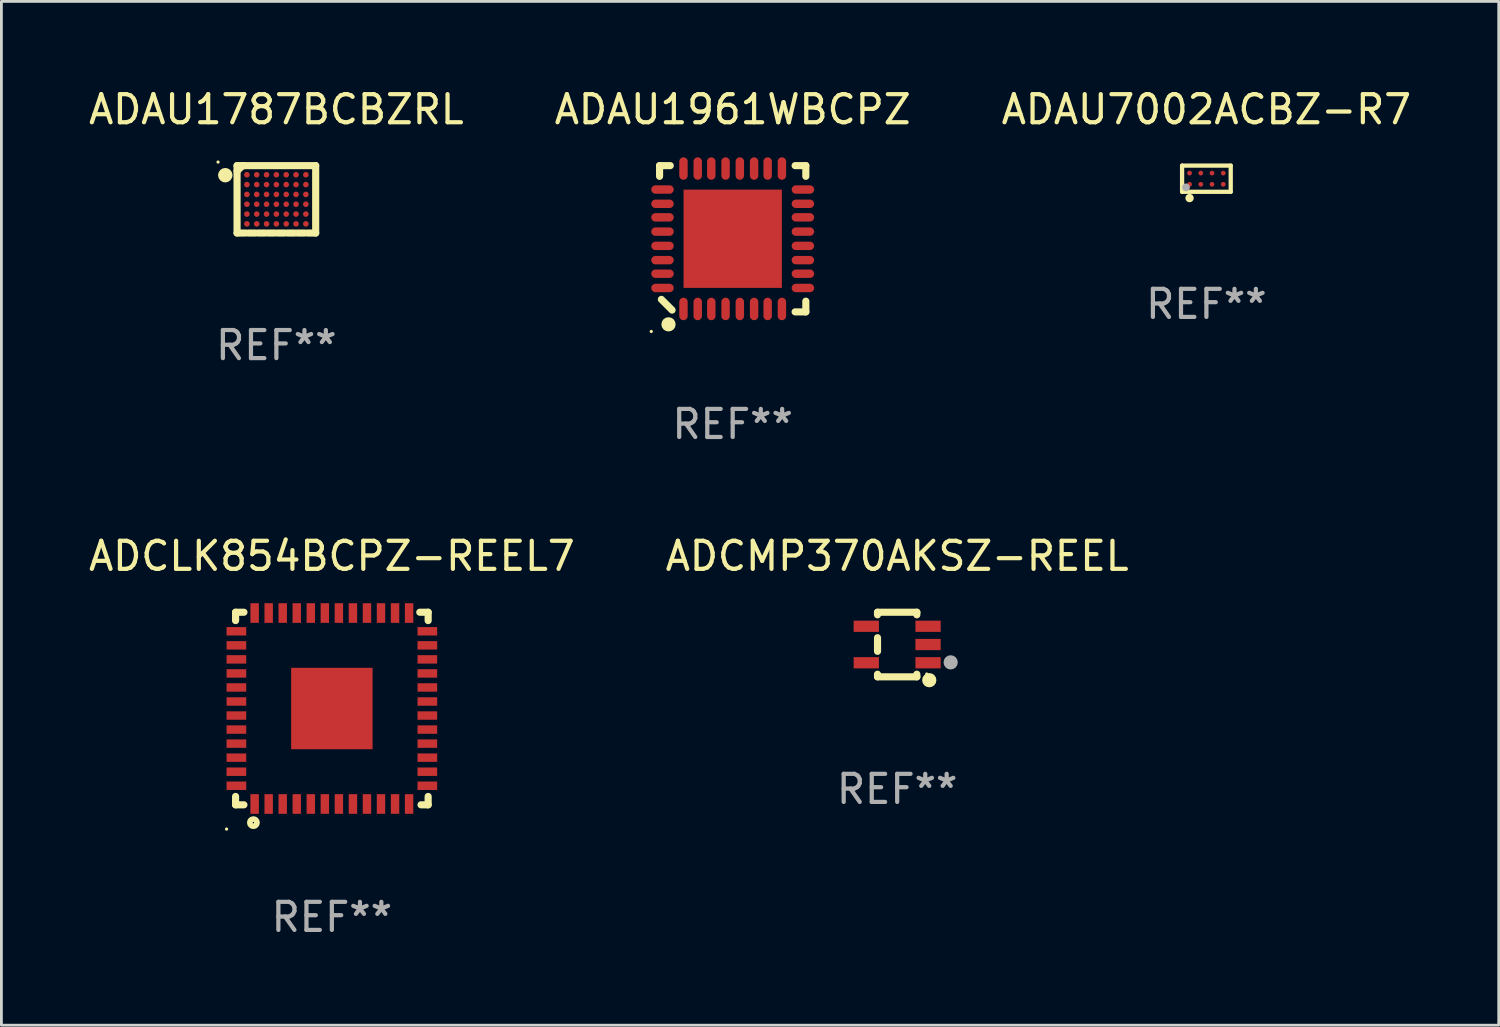
<source format=kicad_pcb>
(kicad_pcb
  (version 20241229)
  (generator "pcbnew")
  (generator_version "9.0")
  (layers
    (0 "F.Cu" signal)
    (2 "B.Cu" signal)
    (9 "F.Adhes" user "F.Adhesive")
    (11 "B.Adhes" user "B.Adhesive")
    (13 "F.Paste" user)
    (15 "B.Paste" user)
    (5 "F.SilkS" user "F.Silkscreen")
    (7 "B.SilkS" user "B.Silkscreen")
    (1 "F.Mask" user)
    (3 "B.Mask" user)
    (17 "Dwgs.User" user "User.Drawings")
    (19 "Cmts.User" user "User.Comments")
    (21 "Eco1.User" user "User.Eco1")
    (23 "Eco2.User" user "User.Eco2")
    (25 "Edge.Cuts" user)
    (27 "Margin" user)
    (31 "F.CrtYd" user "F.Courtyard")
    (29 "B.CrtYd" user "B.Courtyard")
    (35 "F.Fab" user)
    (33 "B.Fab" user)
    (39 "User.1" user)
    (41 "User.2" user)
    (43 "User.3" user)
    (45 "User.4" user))
  (footprint "ADCMP370AKSZ-REEL"
    (layer "F.Cu")
    (at 28.899 19.902)
    (property "Reference" "ADCMP370AKSZ-REEL" (at 0 -3.15 0) (layer "F.SilkS") (effects (font (size 1 1) (thickness 0.15))))
    (attr through_hole)
    (fp_line (start -0.7 -1.15) (end 0.7 -1.15) (stroke (width 0.254) (type solid)) (layer "F.SilkS"))
    (fp_line (start -0.7 -1.058) (end -0.7 -1.15) (stroke (width 0.254) (type solid)) (layer "F.SilkS"))
    (fp_line (start -0.7 0.242) (end -0.7 -0.242) (stroke (width 0.254) (type solid)) (layer "F.SilkS"))
    (fp_line (start -0.7 1.15) (end -0.7 1.058) (stroke (width 0.254) (type solid)) (layer "F.SilkS"))
    (fp_line (start -0.7 1.15) (end 0.7 1.15) (stroke (width 0.254) (type solid)) (layer "F.SilkS"))
    (fp_line (start 0.7 -1.058) (end 0.7 -1.15) (stroke (width 0.254) (type solid)) (layer "F.SilkS"))
    (fp_line (start 0.7 1.15) (end 0.7 1.058) (stroke (width 0.254) (type solid)) (layer "F.SilkS"))
    (fp_circle (center 1.053 1.052) (end 1.083 1.052) (stroke (width 0.06) (type solid)) (fill no) (layer "F.SilkS"))
    (fp_circle (center 1.143 1.27) (end 1.27 1.27) (stroke (width 0.254) (type solid)) (fill no) (layer "F.SilkS"))
    (fp_circle (center 1.905 0.635) (end 2.032 0.635) (stroke (width 0.254) (type solid)) (fill no) (layer "F.Fab"))
    (fp_text user "REF**" (at 0 5.15 0) (layer "F.Fab") (effects (font (size 1 1) (thickness 0.15))))
    (pad "1" smd rect (at 1.1 0.65 90) (size 0.4 0.9) (layers "F.Cu" "F.Mask" "F.Paste"))
    (pad "2" smd rect (at 1.1 0.000076 90) (size 0.4 0.9) (layers "F.Cu" "F.Mask" "F.Paste"))
    (pad "3" smd rect (at 1.1 -0.65 90) (size 0.4 0.9) (layers "F.Cu" "F.Mask" "F.Paste"))
    (pad "4" smd rect (at -1.1 -0.65 90) (size 0.4 0.9) (layers "F.Cu" "F.Mask" "F.Paste"))
    (pad "5" smd rect (at -1.1 0.65 90) (size 0.4 0.9) (layers "F.Cu" "F.Mask" "F.Paste")))
  (footprint "ADAU7002ACBZ-R7"
    (layer "F.Cu")
    (at 39.911 3.314)
    (property "Reference" "ADAU7002ACBZ-R7" (at 0 -2.466 0) (layer "F.SilkS") (effects (font (size 1 1) (thickness 0.15))))
    (attr through_hole)
    (fp_line (start -0.866 -0.466) (end 0.866 -0.466) (stroke (width 0.152) (type solid)) (layer "F.SilkS"))
    (fp_line (start -0.866 0.466) (end -0.866 -0.466) (stroke (width 0.152) (type solid)) (layer "F.SilkS"))
    (fp_line (start 0.866 -0.466) (end 0.866 0.466) (stroke (width 0.152) (type solid)) (layer "F.SilkS"))
    (fp_line (start 0.866 0.466) (end -0.866 0.466) (stroke (width 0.152) (type solid)) (layer "F.SilkS"))
    (fp_circle (center -0.79 0.39) (end -0.76 0.39) (stroke (width 0.06) (type solid)) (fill no) (layer "F.SilkS"))
    (fp_circle (center -0.6 0.689) (end -0.525 0.689) (stroke (width 0.15) (type solid)) (fill no) (layer "F.SilkS"))
    (fp_circle (center -0.727 0.308) (end -0.657 0.308) (stroke (width 0.14) (type solid)) (fill no) (layer "F.Fab"))
    (fp_text user "REF**" (at 0 4.466 0) (layer "F.Fab") (effects (font (size 1 1) (thickness 0.15))))
    (pad "A1" smd circle (at -0.6 0.2) (size 0.17 0.17) (layers "F.Cu" "F.Mask" "F.Paste"))
    (pad "A2" smd circle (at -0.6 -0.2) (size 0.17 0.17) (layers "F.Cu" "F.Mask" "F.Paste"))
    (pad "B1" smd circle (at -0.2 0.2) (size 0.17 0.17) (layers "F.Cu" "F.Mask" "F.Paste"))
    (pad "B2" smd circle (at -0.2 -0.2) (size 0.17 0.17) (layers "F.Cu" "F.Mask" "F.Paste"))
    (pad "C1" smd circle (at 0.2 0.2) (size 0.17 0.17) (layers "F.Cu" "F.Mask" "F.Paste"))
    (pad "C2" smd circle (at 0.2 -0.2) (size 0.17 0.17) (layers "F.Cu" "F.Mask" "F.Paste"))
    (pad "D1" smd circle (at 0.6 0.2) (size 0.17 0.17) (layers "F.Cu" "F.Mask" "F.Paste"))
    (pad "D2" smd circle (at 0.6 -0.2) (size 0.17 0.17) (layers "F.Cu" "F.Mask" "F.Paste")))
  (footprint "ADAU1787BCBZRL"
    (layer "F.Cu")
    (at 6.792 4.048)
    (property "Reference" "ADAU1787BCBZRL" (at 0 -3.2 0) (layer "F.SilkS") (effects (font (size 1 1) (thickness 0.15))))
    (attr through_hole)
    (fp_line (start -1.4 -1.2) (end -1.4 1.2) (stroke (width 0.254) (type solid)) (layer "F.SilkS"))
    (fp_line (start -1.4 -1.2) (end 1.4 -1.2) (stroke (width 0.254) (type solid)) (layer "F.SilkS"))
    (fp_line (start -1.4 1.2) (end -1.101 1.2) (stroke (width 0.254) (type solid)) (layer "F.SilkS"))
    (fp_line (start -1.208 -1.2) (end -1.4 -1.008) (stroke (width 0.254) (type solid)) (layer "F.SilkS"))
    (fp_line (start -1.15 -1.2) (end -1.208 -1.2) (stroke (width 0.254) (type solid)) (layer "F.SilkS"))
    (fp_line (start -0.999 1.2) (end -0.751 1.2) (stroke (width 0.254) (type solid)) (layer "F.SilkS"))
    (fp_line (start -0.649 1.2) (end -0.401 1.2) (stroke (width 0.254) (type solid)) (layer "F.SilkS"))
    (fp_line (start -0.299 1.2) (end -0.051 1.2) (stroke (width 0.254) (type solid)) (layer "F.SilkS"))
    (fp_line (start 0.051 1.2) (end 0.299 1.2) (stroke (width 0.254) (type solid)) (layer "F.SilkS"))
    (fp_line (start 0.401 1.2) (end 0.649 1.2) (stroke (width 0.254) (type solid)) (layer "F.SilkS"))
    (fp_line (start 0.751 1.2) (end 0.999 1.2) (stroke (width 0.254) (type solid)) (layer "F.SilkS"))
    (fp_line (start 1.101 1.2) (end 1.4 1.2) (stroke (width 0.254) (type solid)) (layer "F.SilkS"))
    (fp_line (start 1.4 -1.2) (end 1.4 1.2) (stroke (width 0.254) (type solid)) (layer "F.SilkS"))
    (fp_circle (center -2.077 -1.327) (end -2.047 -1.327) (stroke (width 0.06) (type solid)) (fill no) (layer "F.SilkS"))
    (fp_circle (center -1.82 -0.86) (end -1.69 -0.86) (stroke (width 0.254) (type solid)) (fill no) (layer "F.SilkS"))
    (fp_text user "REF**" (at 0 5.2 0) (layer "F.Fab") (effects (font (size 1 1) (thickness 0.15))))
    (pad "A1" smd circle (at -1.05 -0.875) (size 0.2 0.2) (layers "F.Cu" "F.Mask" "F.Paste"))
    (pad "A2" smd circle (at -0.7 -0.875) (size 0.2 0.2) (layers "F.Cu" "F.Mask" "F.Paste"))
    (pad "A3" smd circle (at -0.35 -0.875) (size 0.2 0.2) (layers "F.Cu" "F.Mask" "F.Paste"))
    (pad "A4" smd circle (at 0 -0.875) (size 0.2 0.2) (layers "F.Cu" "F.Mask" "F.Paste"))
    (pad "A5" smd circle (at 0.35 -0.875) (size 0.2 0.2) (layers "F.Cu" "F.Mask" "F.Paste"))
    (pad "A6" smd circle (at 0.7 -0.875) (size 0.2 0.2) (layers "F.Cu" "F.Mask" "F.Paste"))
    (pad "A7" smd circle (at 1.05 -0.875) (size 0.2 0.2) (layers "F.Cu" "F.Mask" "F.Paste"))
    (pad "B1" smd circle (at -1.05 -0.525) (size 0.2 0.2) (layers "F.Cu" "F.Mask" "F.Paste"))
    (pad "B2" smd circle (at -0.7 -0.525) (size 0.2 0.2) (layers "F.Cu" "F.Mask" "F.Paste"))
    (pad "B3" smd circle (at -0.35 -0.525) (size 0.2 0.2) (layers "F.Cu" "F.Mask" "F.Paste"))
    (pad "B4" smd circle (at 0 -0.525) (size 0.2 0.2) (layers "F.Cu" "F.Mask" "F.Paste"))
    (pad "B5" smd circle (at 0.35 -0.525) (size 0.2 0.2) (layers "F.Cu" "F.Mask" "F.Paste"))
    (pad "B6" smd circle (at 0.7 -0.525) (size 0.2 0.2) (layers "F.Cu" "F.Mask" "F.Paste"))
    (pad "B7" smd circle (at 1.05 -0.525) (size 0.2 0.2) (layers "F.Cu" "F.Mask" "F.Paste"))
    (pad "C1" smd circle (at -1.05 -0.175) (size 0.2 0.2) (layers "F.Cu" "F.Mask" "F.Paste"))
    (pad "C2" smd circle (at -0.7 -0.175) (size 0.2 0.2) (layers "F.Cu" "F.Mask" "F.Paste"))
    (pad "C3" smd circle (at -0.35 -0.175) (size 0.2 0.2) (layers "F.Cu" "F.Mask" "F.Paste"))
    (pad "C4" smd circle (at 0 -0.175) (size 0.2 0.2) (layers "F.Cu" "F.Mask" "F.Paste"))
    (pad "C5" smd circle (at 0.35 -0.175) (size 0.2 0.2) (layers "F.Cu" "F.Mask" "F.Paste"))
    (pad "C6" smd circle (at 0.7 -0.175) (size 0.2 0.2) (layers "F.Cu" "F.Mask" "F.Paste"))
    (pad "C7" smd circle (at 1.05 -0.175) (size 0.2 0.2) (layers "F.Cu" "F.Mask" "F.Paste"))
    (pad "D1" smd circle (at -1.05 0.175) (size 0.2 0.2) (layers "F.Cu" "F.Mask" "F.Paste"))
    (pad "D2" smd circle (at -0.7 0.175) (size 0.2 0.2) (layers "F.Cu" "F.Mask" "F.Paste"))
    (pad "D3" smd circle (at -0.35 0.175) (size 0.2 0.2) (layers "F.Cu" "F.Mask" "F.Paste"))
    (pad "D4" smd circle (at 0 0.175) (size 0.2 0.2) (layers "F.Cu" "F.Mask" "F.Paste"))
    (pad "D5" smd circle (at 0.35 0.175) (size 0.2 0.2) (layers "F.Cu" "F.Mask" "F.Paste"))
    (pad "D6" smd circle (at 0.7 0.175) (size 0.2 0.2) (layers "F.Cu" "F.Mask" "F.Paste"))
    (pad "D7" smd circle (at 1.05 0.175) (size 0.2 0.2) (layers "F.Cu" "F.Mask" "F.Paste"))
    (pad "E1" smd circle (at -1.05 0.525) (size 0.2 0.2) (layers "F.Cu" "F.Mask" "F.Paste"))
    (pad "E2" smd circle (at -0.7 0.525) (size 0.2 0.2) (layers "F.Cu" "F.Mask" "F.Paste"))
    (pad "E3" smd circle (at -0.35 0.525) (size 0.2 0.2) (layers "F.Cu" "F.Mask" "F.Paste"))
    (pad "E4" smd circle (at 0 0.525) (size 0.2 0.2) (layers "F.Cu" "F.Mask" "F.Paste"))
    (pad "E5" smd circle (at 0.35 0.525) (size 0.2 0.2) (layers "F.Cu" "F.Mask" "F.Paste"))
    (pad "E6" smd circle (at 0.7 0.525) (size 0.2 0.2) (layers "F.Cu" "F.Mask" "F.Paste"))
    (pad "E7" smd circle (at 1.05 0.525) (size 0.2 0.2) (layers "F.Cu" "F.Mask" "F.Paste"))
    (pad "F1" smd circle (at -1.05 0.875) (size 0.2 0.2) (layers "F.Cu" "F.Mask" "F.Paste"))
    (pad "F2" smd circle (at -0.7 0.875) (size 0.2 0.2) (layers "F.Cu" "F.Mask" "F.Paste"))
    (pad "F3" smd circle (at -0.35 0.875) (size 0.2 0.2) (layers "F.Cu" "F.Mask" "F.Paste"))
    (pad "F4" smd circle (at 0 0.875) (size 0.2 0.2) (layers "F.Cu" "F.Mask" "F.Paste"))
    (pad "F5" smd circle (at 0.35 0.875) (size 0.2 0.2) (layers "F.Cu" "F.Mask" "F.Paste"))
    (pad "F6" smd circle (at 0.7 0.875) (size 0.2 0.2) (layers "F.Cu" "F.Mask" "F.Paste"))
    (pad "F7" smd circle (at 1.05 0.875) (size 0.2 0.2) (layers "F.Cu" "F.Mask" "F.Paste")))
  (footprint "ADCLK854BCPZ-REEL7"
    (layer "F.Cu")
    (at 8.768 22.181)
    (property "Reference" "ADCLK854BCPZ-REEL7" (at 0 -5.429 0) (layer "F.SilkS") (effects (font (size 1 1) (thickness 0.15))))
    (attr through_hole)
    (fp_line (start -3.429 -3.429) (end -3.429 -3.175) (stroke (width 0.254) (type solid)) (layer "F.SilkS"))
    (fp_line (start -3.429 -3.175) (end -3.429 -3.131) (stroke (width 0.254) (type solid)) (layer "F.SilkS"))
    (fp_line (start -3.429 3.131) (end -3.429 3.429) (stroke (width 0.254) (type solid)) (layer "F.SilkS"))
    (fp_line (start -3.429 3.429) (end -3.131 3.429) (stroke (width 0.254) (type solid)) (layer "F.SilkS"))
    (fp_line (start -3.131 -3.429) (end -3.429 -3.429) (stroke (width 0.254) (type solid)) (layer "F.SilkS"))
    (fp_line (start 3.131 -3.429) (end 3.429 -3.429) (stroke (width 0.254) (type solid)) (layer "F.SilkS"))
    (fp_line (start 3.429 -3.429) (end 3.429 -3.131) (stroke (width 0.254) (type solid)) (layer "F.SilkS"))
    (fp_line (start 3.429 3.131) (end 3.429 3.429) (stroke (width 0.254) (type solid)) (layer "F.SilkS"))
    (fp_line (start 3.429 3.429) (end 3.175 3.429) (stroke (width 0.254) (type solid)) (layer "F.SilkS"))
    (fp_circle (center -3.75 4.293) (end -3.72 4.293) (stroke (width 0.06) (type solid)) (fill no) (layer "F.SilkS"))
    (fp_circle (center -2.794 4.064) (end -2.667 4.064) (stroke (width 0.204) (type solid)) (fill no) (layer "F.SilkS"))
    (fp_text user "REF**" (at 0 7.429 0) (layer "F.Fab") (effects (font (size 1 1) (thickness 0.15))))
    (pad "1" smd rect (at -2.75 3.4) (size 0.3 0.7) (layers "F.Cu" "F.Mask" "F.Paste"))
    (pad "2" smd rect (at -2.25 3.4) (size 0.3 0.7) (layers "F.Cu" "F.Mask" "F.Paste"))
    (pad "3" smd rect (at -1.75 3.4) (size 0.3 0.7) (layers "F.Cu" "F.Mask" "F.Paste"))
    (pad "4" smd rect (at -1.25 3.4) (size 0.3 0.7) (layers "F.Cu" "F.Mask" "F.Paste"))
    (pad "5" smd rect (at -0.75 3.4) (size 0.3 0.7) (layers "F.Cu" "F.Mask" "F.Paste"))
    (pad "6" smd rect (at -0.25 3.4) (size 0.3 0.7) (layers "F.Cu" "F.Mask" "F.Paste"))
    (pad "7" smd rect (at 0.25 3.4) (size 0.3 0.7) (layers "F.Cu" "F.Mask" "F.Paste"))
    (pad "8" smd rect (at 0.75 3.4) (size 0.3 0.7) (layers "F.Cu" "F.Mask" "F.Paste"))
    (pad "9" smd rect (at 1.25 3.4) (size 0.3 0.7) (layers "F.Cu" "F.Mask" "F.Paste"))
    (pad "10" smd rect (at 1.75 3.4) (size 0.3 0.7) (layers "F.Cu" "F.Mask" "F.Paste"))
    (pad "11" smd rect (at 2.25 3.4) (size 0.3 0.7) (layers "F.Cu" "F.Mask" "F.Paste"))
    (pad "12" smd rect (at 2.75 3.4) (size 0.3 0.7) (layers "F.Cu" "F.Mask" "F.Paste"))
    (pad "13" smd rect (at 3.4 2.75) (size 0.7 0.3) (layers "F.Cu" "F.Mask" "F.Paste"))
    (pad "14" smd rect (at 3.4 2.25) (size 0.7 0.3) (layers "F.Cu" "F.Mask" "F.Paste"))
    (pad "15" smd rect (at 3.4 1.75) (size 0.7 0.3) (layers "F.Cu" "F.Mask" "F.Paste"))
    (pad "16" smd rect (at 3.4 1.25) (size 0.7 0.3) (layers "F.Cu" "F.Mask" "F.Paste"))
    (pad "17" smd rect (at 3.4 0.75) (size 0.7 0.3) (layers "F.Cu" "F.Mask" "F.Paste"))
    (pad "18" smd rect (at 3.4 0.25) (size 0.7 0.3) (layers "F.Cu" "F.Mask" "F.Paste"))
    (pad "19" smd rect (at 3.4 -0.25) (size 0.7 0.3) (layers "F.Cu" "F.Mask" "F.Paste"))
    (pad "20" smd rect (at 3.4 -0.75) (size 0.7 0.3) (layers "F.Cu" "F.Mask" "F.Paste"))
    (pad "21" smd rect (at 3.4 -1.25) (size 0.7 0.3) (layers "F.Cu" "F.Mask" "F.Paste"))
    (pad "22" smd rect (at 3.4 -1.75) (size 0.7 0.3) (layers "F.Cu" "F.Mask" "F.Paste"))
    (pad "23" smd rect (at 3.4 -2.25) (size 0.7 0.3) (layers "F.Cu" "F.Mask" "F.Paste"))
    (pad "24" smd rect (at 3.4 -2.75) (size 0.7 0.3) (layers "F.Cu" "F.Mask" "F.Paste"))
    (pad "25" smd rect (at 2.75 -3.4) (size 0.3 0.7) (layers "F.Cu" "F.Mask" "F.Paste"))
    (pad "26" smd rect (at 2.25 -3.4) (size 0.3 0.7) (layers "F.Cu" "F.Mask" "F.Paste"))
    (pad "27" smd rect (at 1.75 -3.4) (size 0.3 0.7) (layers "F.Cu" "F.Mask" "F.Paste"))
    (pad "28" smd rect (at 1.25 -3.4) (size 0.3 0.7) (layers "F.Cu" "F.Mask" "F.Paste"))
    (pad "29" smd rect (at 0.75 -3.4) (size 0.3 0.7) (layers "F.Cu" "F.Mask" "F.Paste"))
    (pad "30" smd rect (at 0.25 -3.4) (size 0.3 0.7) (layers "F.Cu" "F.Mask" "F.Paste"))
    (pad "31" smd rect (at -0.25 -3.4) (size 0.3 0.7) (layers "F.Cu" "F.Mask" "F.Paste"))
    (pad "32" smd rect (at -0.75 -3.4) (size 0.3 0.7) (layers "F.Cu" "F.Mask" "F.Paste"))
    (pad "33" smd rect (at -1.25 -3.4) (size 0.3 0.7) (layers "F.Cu" "F.Mask" "F.Paste"))
    (pad "34" smd rect (at -1.75 -3.4) (size 0.3 0.7) (layers "F.Cu" "F.Mask" "F.Paste"))
    (pad "35" smd rect (at -2.25 -3.4) (size 0.3 0.7) (layers "F.Cu" "F.Mask" "F.Paste"))
    (pad "36" smd rect (at -2.75 -3.4) (size 0.3 0.7) (layers "F.Cu" "F.Mask" "F.Paste"))
    (pad "37" smd rect (at -3.4 -2.75) (size 0.7 0.3) (layers "F.Cu" "F.Mask" "F.Paste"))
    (pad "38" smd rect (at -3.4 -2.25) (size 0.7 0.3) (layers "F.Cu" "F.Mask" "F.Paste"))
    (pad "39" smd rect (at -3.4 -1.75) (size 0.7 0.3) (layers "F.Cu" "F.Mask" "F.Paste"))
    (pad "40" smd rect (at -3.4 -1.25) (size 0.7 0.3) (layers "F.Cu" "F.Mask" "F.Paste"))
    (pad "41" smd rect (at -3.4 -0.75) (size 0.7 0.3) (layers "F.Cu" "F.Mask" "F.Paste"))
    (pad "42" smd rect (at -3.4 -0.25) (size 0.7 0.3) (layers "F.Cu" "F.Mask" "F.Paste"))
    (pad "43" smd rect (at -3.4 0.25) (size 0.7 0.3) (layers "F.Cu" "F.Mask" "F.Paste"))
    (pad "44" smd rect (at -3.4 0.75) (size 0.7 0.3) (layers "F.Cu" "F.Mask" "F.Paste"))
    (pad "45" smd rect (at -3.4 1.25) (size 0.7 0.3) (layers "F.Cu" "F.Mask" "F.Paste"))
    (pad "46" smd rect (at -3.4 1.75) (size 0.7 0.3) (layers "F.Cu" "F.Mask" "F.Paste"))
    (pad "47" smd rect (at -3.4 2.25) (size 0.7 0.3) (layers "F.Cu" "F.Mask" "F.Paste"))
    (pad "48" smd rect (at -3.4 2.75) (size 0.7 0.3) (layers "F.Cu" "F.Mask" "F.Paste"))
    (pad "49" smd rect (at 0 0) (size 2.9 2.9) (layers "F.Cu" "F.Mask" "F.Paste")))
  (footprint "ADAU1961WBCPZ"
    (layer "F.Cu")
    (at 23.042 5.452)
    (property "Reference" "ADAU1961WBCPZ" (at 0 -4.604 0) (layer "F.SilkS") (effects (font (size 1 1) (thickness 0.15))))
    (attr through_hole)
    (fp_line (start -2.604 -2.604) (end -2.604 -2.223) (stroke (width 0.254) (type solid)) (layer "F.SilkS"))
    (fp_line (start -2.54 2.159) (end -2.159 2.54) (stroke (width 0.254) (type solid)) (layer "F.SilkS"))
    (fp_line (start -2.223 -2.604) (end -2.604 -2.604) (stroke (width 0.254) (type solid)) (layer "F.SilkS"))
    (fp_line (start 2.223 2.604) (end 2.604 2.604) (stroke (width 0.254) (type solid)) (layer "F.SilkS"))
    (fp_line (start 2.604 -2.604) (end 2.223 -2.604) (stroke (width 0.254) (type solid)) (layer "F.SilkS"))
    (fp_line (start 2.604 -2.223) (end 2.604 -2.604) (stroke (width 0.254) (type solid)) (layer "F.SilkS"))
    (fp_line (start 2.604 2.604) (end 2.604 2.223) (stroke (width 0.254) (type solid)) (layer "F.SilkS"))
    (fp_circle (center -2.9 3.302) (end -2.87 3.302) (stroke (width 0.06) (type solid)) (fill no) (layer "F.SilkS"))
    (fp_circle (center -2.286 3.048) (end -2.159 3.048) (stroke (width 0.254) (type solid)) (fill no) (layer "F.SilkS"))
    (fp_text user "REF**" (at 0 6.604 0) (layer "F.Fab") (effects (font (size 1 1) (thickness 0.15))))
    (pad "1" smd oval (at -1.753 2.5 90) (size 0.8 0.3) (layers "F.Cu" "F.Mask" "F.Paste"))
    (pad "2" smd oval (at -1.245 2.5 90) (size 0.8 0.3) (layers "F.Cu" "F.Mask" "F.Paste"))
    (pad "3" smd oval (at -0.762 2.5 90) (size 0.8 0.3) (layers "F.Cu" "F.Mask" "F.Paste"))
    (pad "4" smd oval (at -0.254 2.5 90) (size 0.8 0.3) (layers "F.Cu" "F.Mask" "F.Paste"))
    (pad "5" smd oval (at 0.254 2.5 90) (size 0.8 0.3) (layers "F.Cu" "F.Mask" "F.Paste"))
    (pad "6" smd oval (at 0.762 2.5 90) (size 0.8 0.3) (layers "F.Cu" "F.Mask" "F.Paste"))
    (pad "7" smd oval (at 1.245 2.5 90) (size 0.8 0.3) (layers "F.Cu" "F.Mask" "F.Paste"))
    (pad "8" smd oval (at 1.753 2.5 90) (size 0.8 0.3) (layers "F.Cu" "F.Mask" "F.Paste"))
    (pad "9" smd oval (at 2.5 1.753 180) (size 0.8 0.3) (layers "F.Cu" "F.Mask" "F.Paste"))
    (pad "10" smd oval (at 2.5 1.245 180) (size 0.8 0.3) (layers "F.Cu" "F.Mask" "F.Paste"))
    (pad "11" smd oval (at 2.5 0.762 180) (size 0.8 0.3) (layers "F.Cu" "F.Mask" "F.Paste"))
    (pad "12" smd oval (at 2.5 0.254 180) (size 0.8 0.3) (layers "F.Cu" "F.Mask" "F.Paste"))
    (pad "13" smd oval (at 2.5 -0.254 180) (size 0.8 0.3) (layers "F.Cu" "F.Mask" "F.Paste"))
    (pad "14" smd oval (at 2.5 -0.762 180) (size 0.8 0.3) (layers "F.Cu" "F.Mask" "F.Paste"))
    (pad "15" smd oval (at 2.5 -1.245 180) (size 0.8 0.3) (layers "F.Cu" "F.Mask" "F.Paste"))
    (pad "16" smd oval (at 2.5 -1.753 180) (size 0.8 0.3) (layers "F.Cu" "F.Mask" "F.Paste"))
    (pad "17" smd oval (at 1.753 -2.5 270) (size 0.8 0.3) (layers "F.Cu" "F.Mask" "F.Paste"))
    (pad "18" smd oval (at 1.245 -2.5 270) (size 0.8 0.3) (layers "F.Cu" "F.Mask" "F.Paste"))
    (pad "19" smd oval (at 0.762 -2.5 270) (size 0.8 0.3) (layers "F.Cu" "F.Mask" "F.Paste"))
    (pad "20" smd oval (at 0.254 -2.5 270) (size 0.8 0.3) (layers "F.Cu" "F.Mask" "F.Paste"))
    (pad "21" smd oval (at -0.254 -2.5 270) (size 0.8 0.3) (layers "F.Cu" "F.Mask" "F.Paste"))
    (pad "22" smd oval (at -0.762 -2.5 270) (size 0.8 0.3) (layers "F.Cu" "F.Mask" "F.Paste"))
    (pad "23" smd oval (at -1.245 -2.5 270) (size 0.8 0.3) (layers "F.Cu" "F.Mask" "F.Paste"))
    (pad "24" smd oval (at -1.753 -2.5 270) (size 0.8 0.3) (layers "F.Cu" "F.Mask" "F.Paste"))
    (pad "25" smd oval (at -2.5 -1.753) (size 0.8 0.3) (layers "F.Cu" "F.Mask" "F.Paste"))
    (pad "26" smd oval (at -2.5 -1.245) (size 0.8 0.3) (layers "F.Cu" "F.Mask" "F.Paste"))
    (pad "27" smd oval (at -2.5 -0.762) (size 0.8 0.3) (layers "F.Cu" "F.Mask" "F.Paste"))
    (pad "28" smd oval (at -2.5 -0.254) (size 0.8 0.3) (layers "F.Cu" "F.Mask" "F.Paste"))
    (pad "29" smd oval (at -2.5 0.254) (size 0.8 0.3) (layers "F.Cu" "F.Mask" "F.Paste"))
    (pad "30" smd oval (at -2.5 0.762) (size 0.8 0.3) (layers "F.Cu" "F.Mask" "F.Paste"))
    (pad "31" smd oval (at -2.5 1.245) (size 0.8 0.3) (layers "F.Cu" "F.Mask" "F.Paste"))
    (pad "32" smd oval (at -2.5 1.753) (size 0.8 0.3) (layers "F.Cu" "F.Mask" "F.Paste"))
    (pad "33" smd rect (at 0 -0.000025 90) (size 3.5 3.5) (layers "F.Cu" "F.Mask" "F.Paste")))
  (gr_rect
    (start -3 -3)
    (end 50.321 33.458)
    (stroke (width 0.1) (type default))
    (fill no)
    (layer "Edge.Cuts")))
</source>
